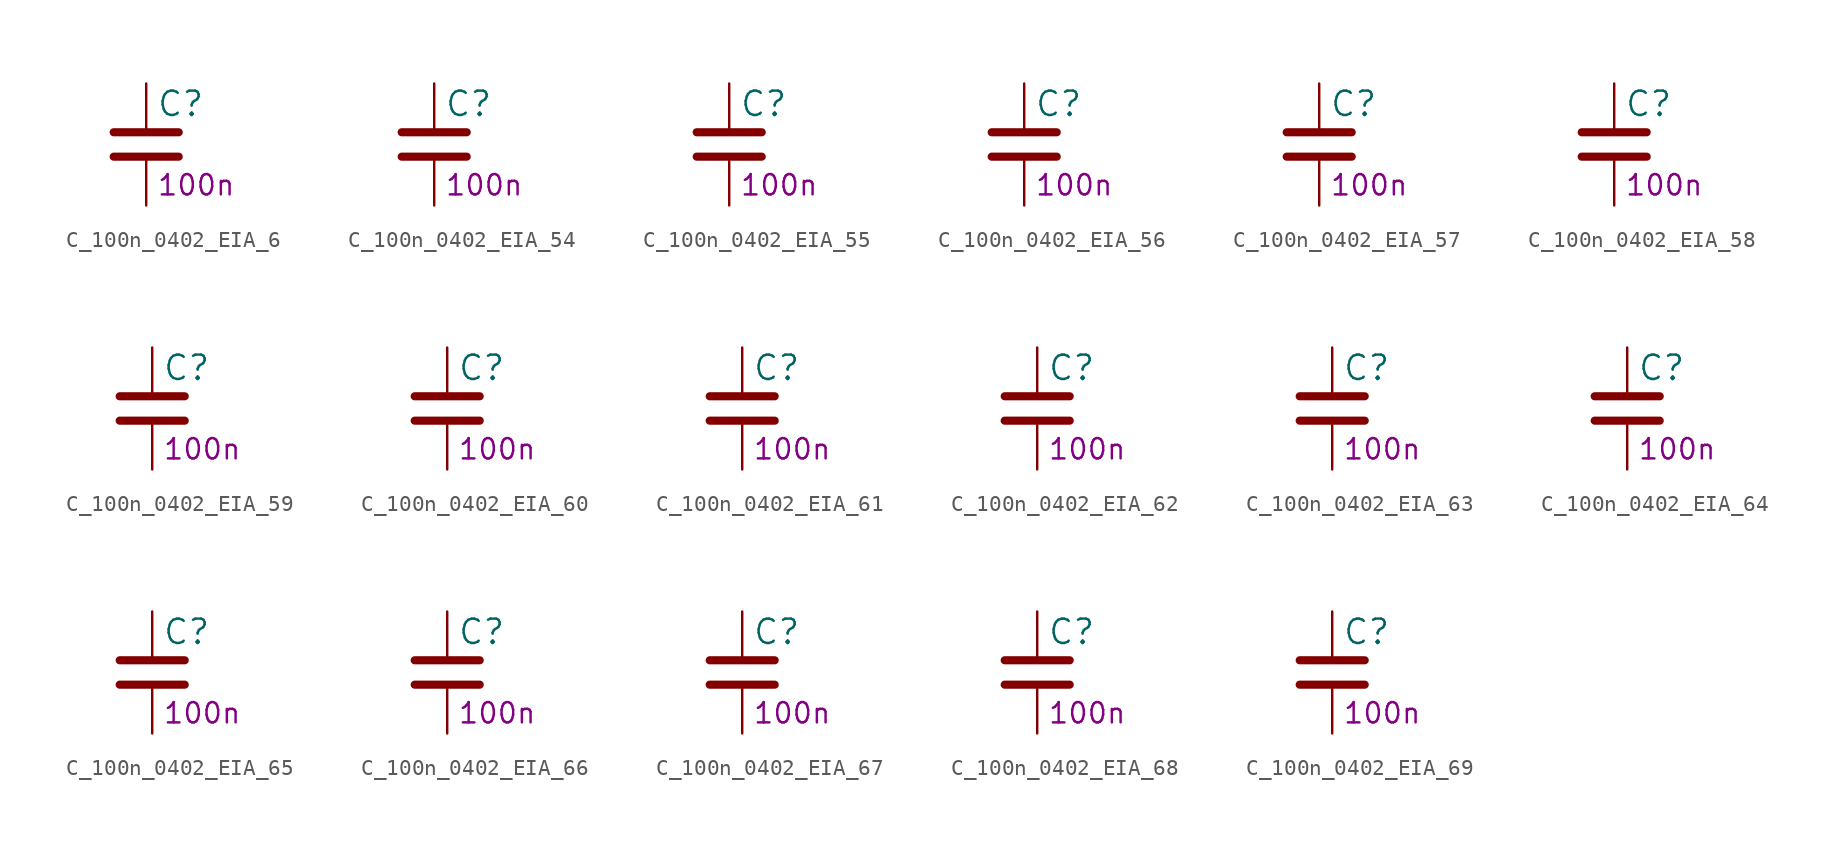
<source format=kicad_sym>
(kicad_symbol_lib
  (version 20211014)
  (generator kicad_symbol_editor)
  (symbol "K410T-devboard:C_100n_0402_EIA_6"
    (pin_names
      (offset 0))
    (property "Reference" "C"
      (at 0.635 2.54 0)
      (effects (font (size 1.524 1.524)) (justify left)))
    (property "Val" "100n"
      (at 0.635 -2.54 0)
      (effects (font (size 1.27 1.27)) (justify left)))
    (symbol "C_100n_0402_EIA_6_1_1"
      (polyline (pts (xy -2.032 -0.762) (xy 2.032 -0.762)) (stroke (width 0.508) (type default)) (fill (type none)))
      (polyline (pts (xy -2.032 0.762) (xy 2.032 0.762)) (stroke (width 0.508) (type default)) (fill (type none)))
      (pin passive line (at 0 3.81 270) (length 2.794) (name "~" (effects (font (size 0 0)))) (number "1" (effects (font (size 0 0)))))
      (pin passive line (at 0 -3.81 90) (length 2.794) (name "~" (effects (font (size 0 0)))) (number "2" (effects (font (size 0 0)))))))
  (symbol "K410T-devboard:C_100n_0402_EIA_54"
    (pin_names
      (offset 0))
    (property "Reference" "C"
      (at 0.635 2.54 0)
      (effects (font (size 1.524 1.524)) (justify left)))
    (property "Val" "100n"
      (at 0.635 -2.54 0)
      (effects (font (size 1.27 1.27)) (justify left)))
    (symbol "C_100n_0402_EIA_54_1_1"
      (polyline (pts (xy -2.032 -0.762) (xy 2.032 -0.762)) (stroke (width 0.508) (type default)) (fill (type none)))
      (polyline (pts (xy -2.032 0.762) (xy 2.032 0.762)) (stroke (width 0.508) (type default)) (fill (type none)))
      (pin passive line (at 0 3.81 270) (length 2.794) (name "~" (effects (font (size 0 0)))) (number "1" (effects (font (size 0 0)))))
      (pin passive line (at 0 -3.81 90) (length 2.794) (name "~" (effects (font (size 0 0)))) (number "2" (effects (font (size 0 0)))))))
  (symbol "K410T-devboard:C_100n_0402_EIA_55"
    (pin_names
      (offset 0))
    (property "Reference" "C"
      (at 0.635 2.54 0)
      (effects (font (size 1.524 1.524)) (justify left)))
    (property "Val" "100n"
      (at 0.635 -2.54 0)
      (effects (font (size 1.27 1.27)) (justify left)))
    (symbol "C_100n_0402_EIA_55_1_1"
      (polyline (pts (xy -2.032 -0.762) (xy 2.032 -0.762)) (stroke (width 0.508) (type default)) (fill (type none)))
      (polyline (pts (xy -2.032 0.762) (xy 2.032 0.762)) (stroke (width 0.508) (type default)) (fill (type none)))
      (pin passive line (at 0 3.81 270) (length 2.794) (name "~" (effects (font (size 0 0)))) (number "1" (effects (font (size 0 0)))))
      (pin passive line (at 0 -3.81 90) (length 2.794) (name "~" (effects (font (size 0 0)))) (number "2" (effects (font (size 0 0)))))))
  (symbol "K410T-devboard:C_100n_0402_EIA_56"
    (pin_names
      (offset 0))
    (property "Reference" "C"
      (at 0.635 2.54 0)
      (effects (font (size 1.524 1.524)) (justify left)))
    (property "Val" "100n"
      (at 0.635 -2.54 0)
      (effects (font (size 1.27 1.27)) (justify left)))
    (symbol "C_100n_0402_EIA_56_1_1"
      (polyline (pts (xy -2.032 -0.762) (xy 2.032 -0.762)) (stroke (width 0.508) (type default)) (fill (type none)))
      (polyline (pts (xy -2.032 0.762) (xy 2.032 0.762)) (stroke (width 0.508) (type default)) (fill (type none)))
      (pin passive line (at 0 3.81 270) (length 2.794) (name "~" (effects (font (size 0 0)))) (number "1" (effects (font (size 0 0)))))
      (pin passive line (at 0 -3.81 90) (length 2.794) (name "~" (effects (font (size 0 0)))) (number "2" (effects (font (size 0 0)))))))
  (symbol "K410T-devboard:C_100n_0402_EIA_57"
    (pin_names
      (offset 0))
    (property "Reference" "C"
      (at 0.635 2.54 0)
      (effects (font (size 1.524 1.524)) (justify left)))
    (property "Val" "100n"
      (at 0.635 -2.54 0)
      (effects (font (size 1.27 1.27)) (justify left)))
    (symbol "C_100n_0402_EIA_57_1_1"
      (polyline (pts (xy -2.032 -0.762) (xy 2.032 -0.762)) (stroke (width 0.508) (type default)) (fill (type none)))
      (polyline (pts (xy -2.032 0.762) (xy 2.032 0.762)) (stroke (width 0.508) (type default)) (fill (type none)))
      (pin passive line (at 0 3.81 270) (length 2.794) (name "~" (effects (font (size 0 0)))) (number "1" (effects (font (size 0 0)))))
      (pin passive line (at 0 -3.81 90) (length 2.794) (name "~" (effects (font (size 0 0)))) (number "2" (effects (font (size 0 0)))))))
  (symbol "K410T-devboard:C_100n_0402_EIA_58"
    (pin_names
      (offset 0))
    (property "Reference" "C"
      (at 0.635 2.54 0)
      (effects (font (size 1.524 1.524)) (justify left)))
    (property "Val" "100n"
      (at 0.635 -2.54 0)
      (effects (font (size 1.27 1.27)) (justify left)))
    (symbol "C_100n_0402_EIA_58_1_1"
      (polyline (pts (xy -2.032 -0.762) (xy 2.032 -0.762)) (stroke (width 0.508) (type default)) (fill (type none)))
      (polyline (pts (xy -2.032 0.762) (xy 2.032 0.762)) (stroke (width 0.508) (type default)) (fill (type none)))
      (pin passive line (at 0 3.81 270) (length 2.794) (name "~" (effects (font (size 0 0)))) (number "1" (effects (font (size 0 0)))))
      (pin passive line (at 0 -3.81 90) (length 2.794) (name "~" (effects (font (size 0 0)))) (number "2" (effects (font (size 0 0)))))))
  (symbol "K410T-devboard:C_100n_0402_EIA_59"
    (pin_names
      (offset 0))
    (property "Reference" "C"
      (at 0.635 2.54 0)
      (effects (font (size 1.524 1.524)) (justify left)))
    (property "Val" "100n"
      (at 0.635 -2.54 0)
      (effects (font (size 1.27 1.27)) (justify left)))
    (symbol "C_100n_0402_EIA_59_1_1"
      (polyline (pts (xy -2.032 -0.762) (xy 2.032 -0.762)) (stroke (width 0.508) (type default)) (fill (type none)))
      (polyline (pts (xy -2.032 0.762) (xy 2.032 0.762)) (stroke (width 0.508) (type default)) (fill (type none)))
      (pin passive line (at 0 3.81 270) (length 2.794) (name "~" (effects (font (size 0 0)))) (number "1" (effects (font (size 0 0)))))
      (pin passive line (at 0 -3.81 90) (length 2.794) (name "~" (effects (font (size 0 0)))) (number "2" (effects (font (size 0 0)))))))
  (symbol "K410T-devboard:C_100n_0402_EIA_60"
    (pin_names
      (offset 0))
    (property "Reference" "C"
      (at 0.635 2.54 0)
      (effects (font (size 1.524 1.524)) (justify left)))
    (property "Val" "100n"
      (at 0.635 -2.54 0)
      (effects (font (size 1.27 1.27)) (justify left)))
    (symbol "C_100n_0402_EIA_60_1_1"
      (polyline (pts (xy -2.032 -0.762) (xy 2.032 -0.762)) (stroke (width 0.508) (type default)) (fill (type none)))
      (polyline (pts (xy -2.032 0.762) (xy 2.032 0.762)) (stroke (width 0.508) (type default)) (fill (type none)))
      (pin passive line (at 0 3.81 270) (length 2.794) (name "~" (effects (font (size 0 0)))) (number "1" (effects (font (size 0 0)))))
      (pin passive line (at 0 -3.81 90) (length 2.794) (name "~" (effects (font (size 0 0)))) (number "2" (effects (font (size 0 0)))))))
  (symbol "K410T-devboard:C_100n_0402_EIA_61"
    (pin_names
      (offset 0))
    (property "Reference" "C"
      (at 0.635 2.54 0)
      (effects (font (size 1.524 1.524)) (justify left)))
    (property "Val" "100n"
      (at 0.635 -2.54 0)
      (effects (font (size 1.27 1.27)) (justify left)))
    (symbol "C_100n_0402_EIA_61_1_1"
      (polyline (pts (xy -2.032 -0.762) (xy 2.032 -0.762)) (stroke (width 0.508) (type default)) (fill (type none)))
      (polyline (pts (xy -2.032 0.762) (xy 2.032 0.762)) (stroke (width 0.508) (type default)) (fill (type none)))
      (pin passive line (at 0 3.81 270) (length 2.794) (name "~" (effects (font (size 0 0)))) (number "1" (effects (font (size 0 0)))))
      (pin passive line (at 0 -3.81 90) (length 2.794) (name "~" (effects (font (size 0 0)))) (number "2" (effects (font (size 0 0)))))))
  (symbol "K410T-devboard:C_100n_0402_EIA_62"
    (pin_names
      (offset 0))
    (property "Reference" "C"
      (at 0.635 2.54 0)
      (effects (font (size 1.524 1.524)) (justify left)))
    (property "Val" "100n"
      (at 0.635 -2.54 0)
      (effects (font (size 1.27 1.27)) (justify left)))
    (symbol "C_100n_0402_EIA_62_1_1"
      (polyline (pts (xy -2.032 -0.762) (xy 2.032 -0.762)) (stroke (width 0.508) (type default)) (fill (type none)))
      (polyline (pts (xy -2.032 0.762) (xy 2.032 0.762)) (stroke (width 0.508) (type default)) (fill (type none)))
      (pin passive line (at 0 3.81 270) (length 2.794) (name "~" (effects (font (size 0 0)))) (number "1" (effects (font (size 0 0)))))
      (pin passive line (at 0 -3.81 90) (length 2.794) (name "~" (effects (font (size 0 0)))) (number "2" (effects (font (size 0 0)))))))
  (symbol "K410T-devboard:C_100n_0402_EIA_63"
    (pin_names
      (offset 0))
    (property "Reference" "C"
      (at 0.635 2.54 0)
      (effects (font (size 1.524 1.524)) (justify left)))
    (property "Val" "100n"
      (at 0.635 -2.54 0)
      (effects (font (size 1.27 1.27)) (justify left)))
    (symbol "C_100n_0402_EIA_63_1_1"
      (polyline (pts (xy -2.032 -0.762) (xy 2.032 -0.762)) (stroke (width 0.508) (type default)) (fill (type none)))
      (polyline (pts (xy -2.032 0.762) (xy 2.032 0.762)) (stroke (width 0.508) (type default)) (fill (type none)))
      (pin passive line (at 0 3.81 270) (length 2.794) (name "~" (effects (font (size 0 0)))) (number "1" (effects (font (size 0 0)))))
      (pin passive line (at 0 -3.81 90) (length 2.794) (name "~" (effects (font (size 0 0)))) (number "2" (effects (font (size 0 0)))))))
  (symbol "K410T-devboard:C_100n_0402_EIA_64"
    (pin_names
      (offset 0))
    (property "Reference" "C"
      (at 0.635 2.54 0)
      (effects (font (size 1.524 1.524)) (justify left)))
    (property "Val" "100n"
      (at 0.635 -2.54 0)
      (effects (font (size 1.27 1.27)) (justify left)))
    (symbol "C_100n_0402_EIA_64_1_1"
      (polyline (pts (xy -2.032 -0.762) (xy 2.032 -0.762)) (stroke (width 0.508) (type default)) (fill (type none)))
      (polyline (pts (xy -2.032 0.762) (xy 2.032 0.762)) (stroke (width 0.508) (type default)) (fill (type none)))
      (pin passive line (at 0 3.81 270) (length 2.794) (name "~" (effects (font (size 0 0)))) (number "1" (effects (font (size 0 0)))))
      (pin passive line (at 0 -3.81 90) (length 2.794) (name "~" (effects (font (size 0 0)))) (number "2" (effects (font (size 0 0)))))))
  (symbol "K410T-devboard:C_100n_0402_EIA_65"
    (pin_names
      (offset 0))
    (property "Reference" "C"
      (at 0.635 2.54 0)
      (effects (font (size 1.524 1.524)) (justify left)))
    (property "Val" "100n"
      (at 0.635 -2.54 0)
      (effects (font (size 1.27 1.27)) (justify left)))
    (symbol "C_100n_0402_EIA_65_1_1"
      (polyline (pts (xy -2.032 -0.762) (xy 2.032 -0.762)) (stroke (width 0.508) (type default)) (fill (type none)))
      (polyline (pts (xy -2.032 0.762) (xy 2.032 0.762)) (stroke (width 0.508) (type default)) (fill (type none)))
      (pin passive line (at 0 3.81 270) (length 2.794) (name "~" (effects (font (size 0 0)))) (number "1" (effects (font (size 0 0)))))
      (pin passive line (at 0 -3.81 90) (length 2.794) (name "~" (effects (font (size 0 0)))) (number "2" (effects (font (size 0 0)))))))
  (symbol "K410T-devboard:C_100n_0402_EIA_66"
    (pin_names
      (offset 0))
    (property "Reference" "C"
      (at 0.635 2.54 0)
      (effects (font (size 1.524 1.524)) (justify left)))
    (property "Val" "100n"
      (at 0.635 -2.54 0)
      (effects (font (size 1.27 1.27)) (justify left)))
    (symbol "C_100n_0402_EIA_66_1_1"
      (polyline (pts (xy -2.032 -0.762) (xy 2.032 -0.762)) (stroke (width 0.508) (type default)) (fill (type none)))
      (polyline (pts (xy -2.032 0.762) (xy 2.032 0.762)) (stroke (width 0.508) (type default)) (fill (type none)))
      (pin passive line (at 0 3.81 270) (length 2.794) (name "~" (effects (font (size 0 0)))) (number "1" (effects (font (size 0 0)))))
      (pin passive line (at 0 -3.81 90) (length 2.794) (name "~" (effects (font (size 0 0)))) (number "2" (effects (font (size 0 0)))))))
  (symbol "K410T-devboard:C_100n_0402_EIA_67"
    (pin_names
      (offset 0))
    (property "Reference" "C"
      (at 0.635 2.54 0)
      (effects (font (size 1.524 1.524)) (justify left)))
    (property "Val" "100n"
      (at 0.635 -2.54 0)
      (effects (font (size 1.27 1.27)) (justify left)))
    (symbol "C_100n_0402_EIA_67_1_1"
      (polyline (pts (xy -2.032 -0.762) (xy 2.032 -0.762)) (stroke (width 0.508) (type default)) (fill (type none)))
      (polyline (pts (xy -2.032 0.762) (xy 2.032 0.762)) (stroke (width 0.508) (type default)) (fill (type none)))
      (pin passive line (at 0 3.81 270) (length 2.794) (name "~" (effects (font (size 0 0)))) (number "1" (effects (font (size 0 0)))))
      (pin passive line (at 0 -3.81 90) (length 2.794) (name "~" (effects (font (size 0 0)))) (number "2" (effects (font (size 0 0)))))))
  (symbol "K410T-devboard:C_100n_0402_EIA_68"
    (pin_names
      (offset 0))
    (property "Reference" "C"
      (at 0.635 2.54 0)
      (effects (font (size 1.524 1.524)) (justify left)))
    (property "Val" "100n"
      (at 0.635 -2.54 0)
      (effects (font (size 1.27 1.27)) (justify left)))
    (symbol "C_100n_0402_EIA_68_1_1"
      (polyline (pts (xy -2.032 -0.762) (xy 2.032 -0.762)) (stroke (width 0.508) (type default)) (fill (type none)))
      (polyline (pts (xy -2.032 0.762) (xy 2.032 0.762)) (stroke (width 0.508) (type default)) (fill (type none)))
      (pin passive line (at 0 3.81 270) (length 2.794) (name "~" (effects (font (size 0 0)))) (number "1" (effects (font (size 0 0)))))
      (pin passive line (at 0 -3.81 90) (length 2.794) (name "~" (effects (font (size 0 0)))) (number "2" (effects (font (size 0 0)))))))
  (symbol "K410T-devboard:C_100n_0402_EIA_69"
    (pin_names
      (offset 0))
    (property "Reference" "C"
      (at 0.635 2.54 0)
      (effects (font (size 1.524 1.524)) (justify left)))
    (property "Val" "100n"
      (at 0.635 -2.54 0)
      (effects (font (size 1.27 1.27)) (justify left)))
    (symbol "C_100n_0402_EIA_69_1_1"
      (polyline (pts (xy -2.032 -0.762) (xy 2.032 -0.762)) (stroke (width 0.508) (type default)) (fill (type none)))
      (polyline (pts (xy -2.032 0.762) (xy 2.032 0.762)) (stroke (width 0.508) (type default)) (fill (type none)))
      (pin passive line (at 0 3.81 270) (length 2.794) (name "~" (effects (font (size 0 0)))) (number "1" (effects (font (size 0 0)))))
      (pin passive line (at 0 -3.81 90) (length 2.794) (name "~" (effects (font (size 0 0)))) (number "2" (effects (font (size 0 0))))))))
</source>
